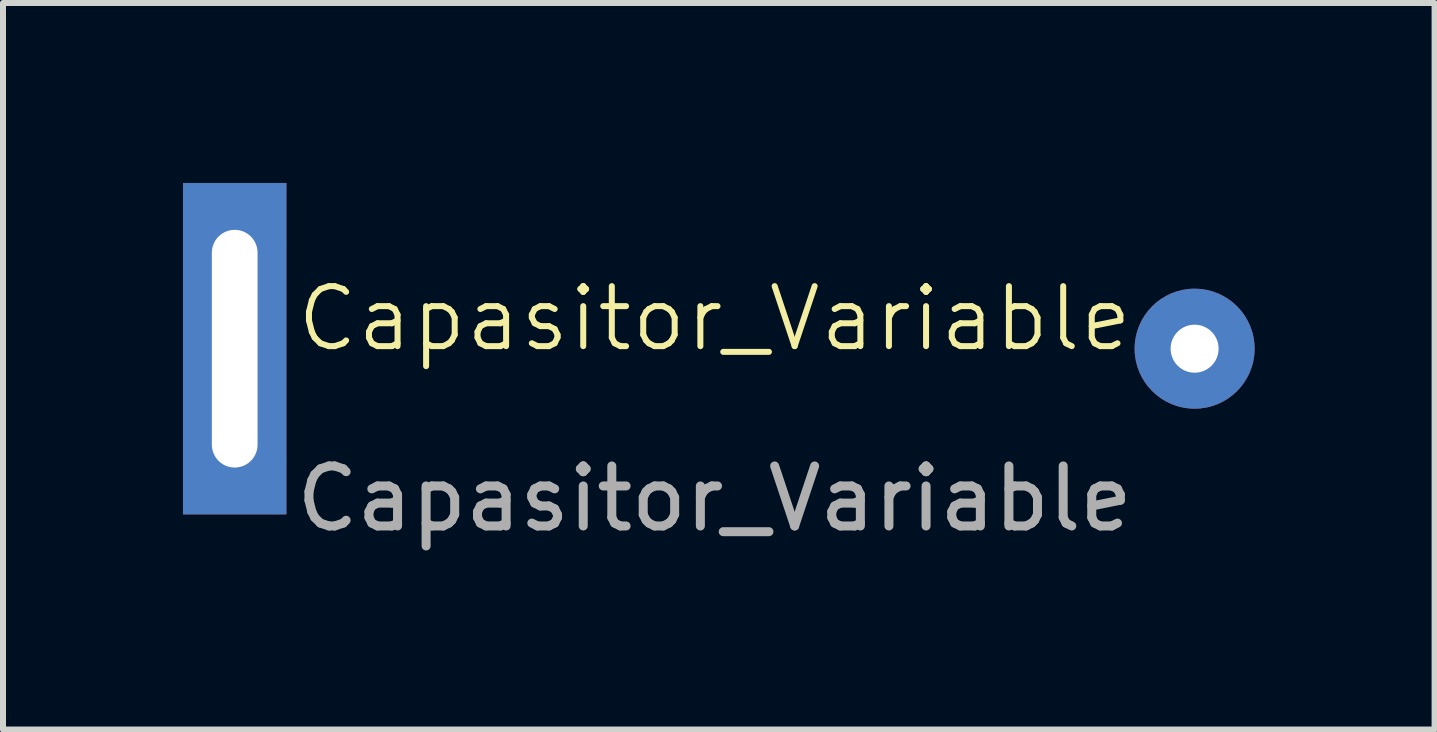
<source format=kicad_pcb>
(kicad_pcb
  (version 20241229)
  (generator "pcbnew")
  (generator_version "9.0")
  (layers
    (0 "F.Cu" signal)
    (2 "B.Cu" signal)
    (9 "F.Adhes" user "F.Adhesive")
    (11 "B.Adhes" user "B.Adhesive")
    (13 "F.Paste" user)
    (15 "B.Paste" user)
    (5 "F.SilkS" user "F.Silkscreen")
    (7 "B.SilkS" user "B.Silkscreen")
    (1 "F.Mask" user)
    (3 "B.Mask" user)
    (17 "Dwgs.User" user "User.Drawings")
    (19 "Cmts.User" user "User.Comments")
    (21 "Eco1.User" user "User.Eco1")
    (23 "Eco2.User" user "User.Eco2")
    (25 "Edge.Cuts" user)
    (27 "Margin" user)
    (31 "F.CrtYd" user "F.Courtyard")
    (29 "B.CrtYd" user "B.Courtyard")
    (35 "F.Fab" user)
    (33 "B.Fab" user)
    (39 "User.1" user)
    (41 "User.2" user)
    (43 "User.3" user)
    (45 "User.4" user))
  (footprint "Capasitor_Variable"
    (layer "F.Cu")
    (at 8.862 2.762)
    (property "Reference" "Capasitor_Variable" (at 0 -0.5 0) (unlocked yes) (layer "F.SilkS") (effects (font (size 1 1) (thickness 0.1))))
    (attr through_hole)
    (fp_text user "${REFERENCE}" (at 0 2.5 0) (unlocked yes) (layer "F.Fab") (effects (font (size 1 1) (thickness 0.15))))
    (pad "1" thru_hole rect (at -8 0) (size 1.724 5.524) (drill oval 0.762 3.962) (layers "*.Cu" "*.Mask"))
    (pad "2" thru_hole circle (at 8 0) (size 2 2) (drill 0.8) (layers "*.Cu" "*.Mask")))
  (gr_rect
    (start -3 -3)
    (end 20.862 9.11)
    (stroke (width 0.1) (type default))
    (fill no)
    (layer "Edge.Cuts")))
</source>
